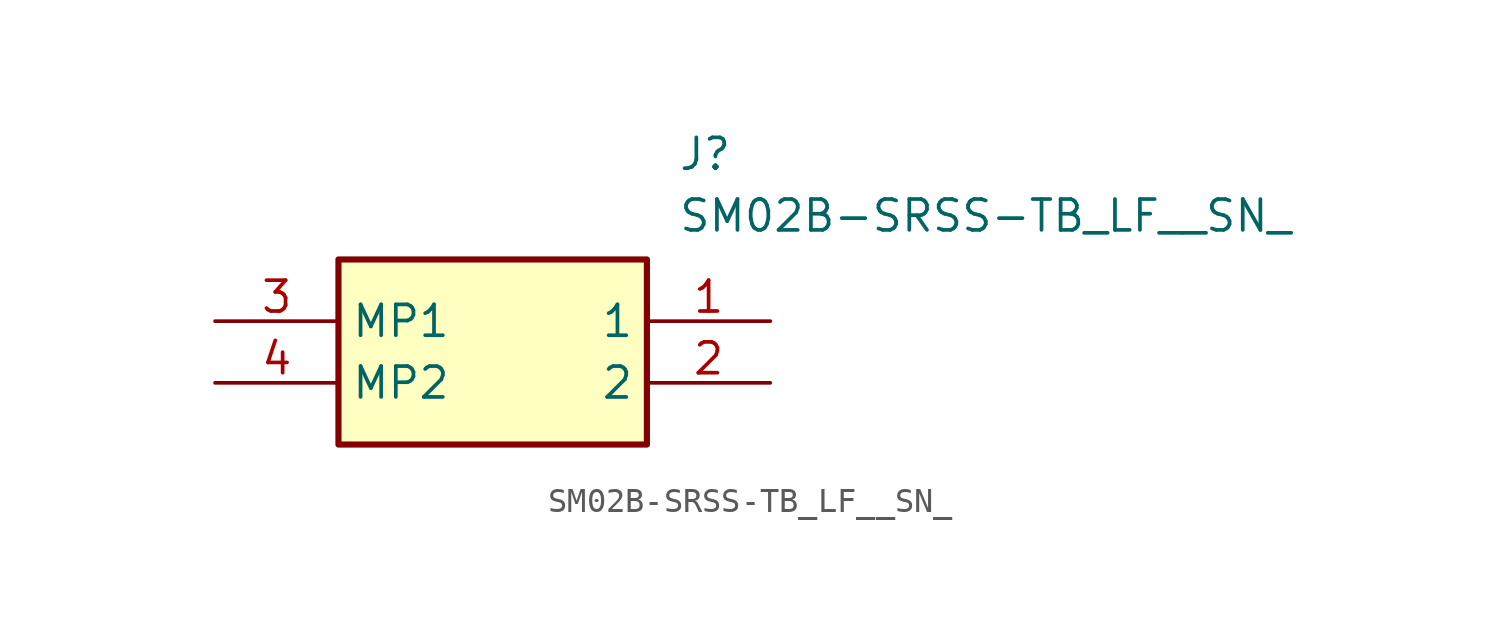
<source format=kicad_sym>
(kicad_symbol_lib
  (version 20211014)
  (generator SamacSys_ECAD_Model)
  (symbol "SM02B-SRSS-TB_LF__SN_"
    (property "Reference" "J"
      (at 19.05 7.62 0)
      (effects (font (size 1.27 1.27)) (justify left top)))
    (property "Value" "SM02B-SRSS-TB_LF__SN_"
      (at 19.05 5.08 0)
      (effects (font (size 1.27 1.27)) (justify left top)))
    (rectangle
      (start 5.08 2.54)
      (end 17.78 -5.08)
      (stroke (width 0.254) (type default))
      (fill (type background)))
    (pin passive line
      (at 22.86 0 180)
      (length 5.08)
      (name "1" (effects (font (size 1.27 1.27))))
      (number "1" (effects (font (size 1.27 1.27)))))
    (pin passive line
      (at 22.86 -2.54 180)
      (length 5.08)
      (name "2" (effects (font (size 1.27 1.27))))
      (number "2" (effects (font (size 1.27 1.27)))))
    (pin passive line
      (at 0 0 0)
      (length 5.08)
      (name "MP1" (effects (font (size 1.27 1.27))))
      (number "3" (effects (font (size 1.27 1.27)))))
    (pin passive line
      (at 0 -2.54 0)
      (length 5.08)
      (name "MP2" (effects (font (size 1.27 1.27))))
      (number "4" (effects (font (size 1.27 1.27)))))))
</source>
